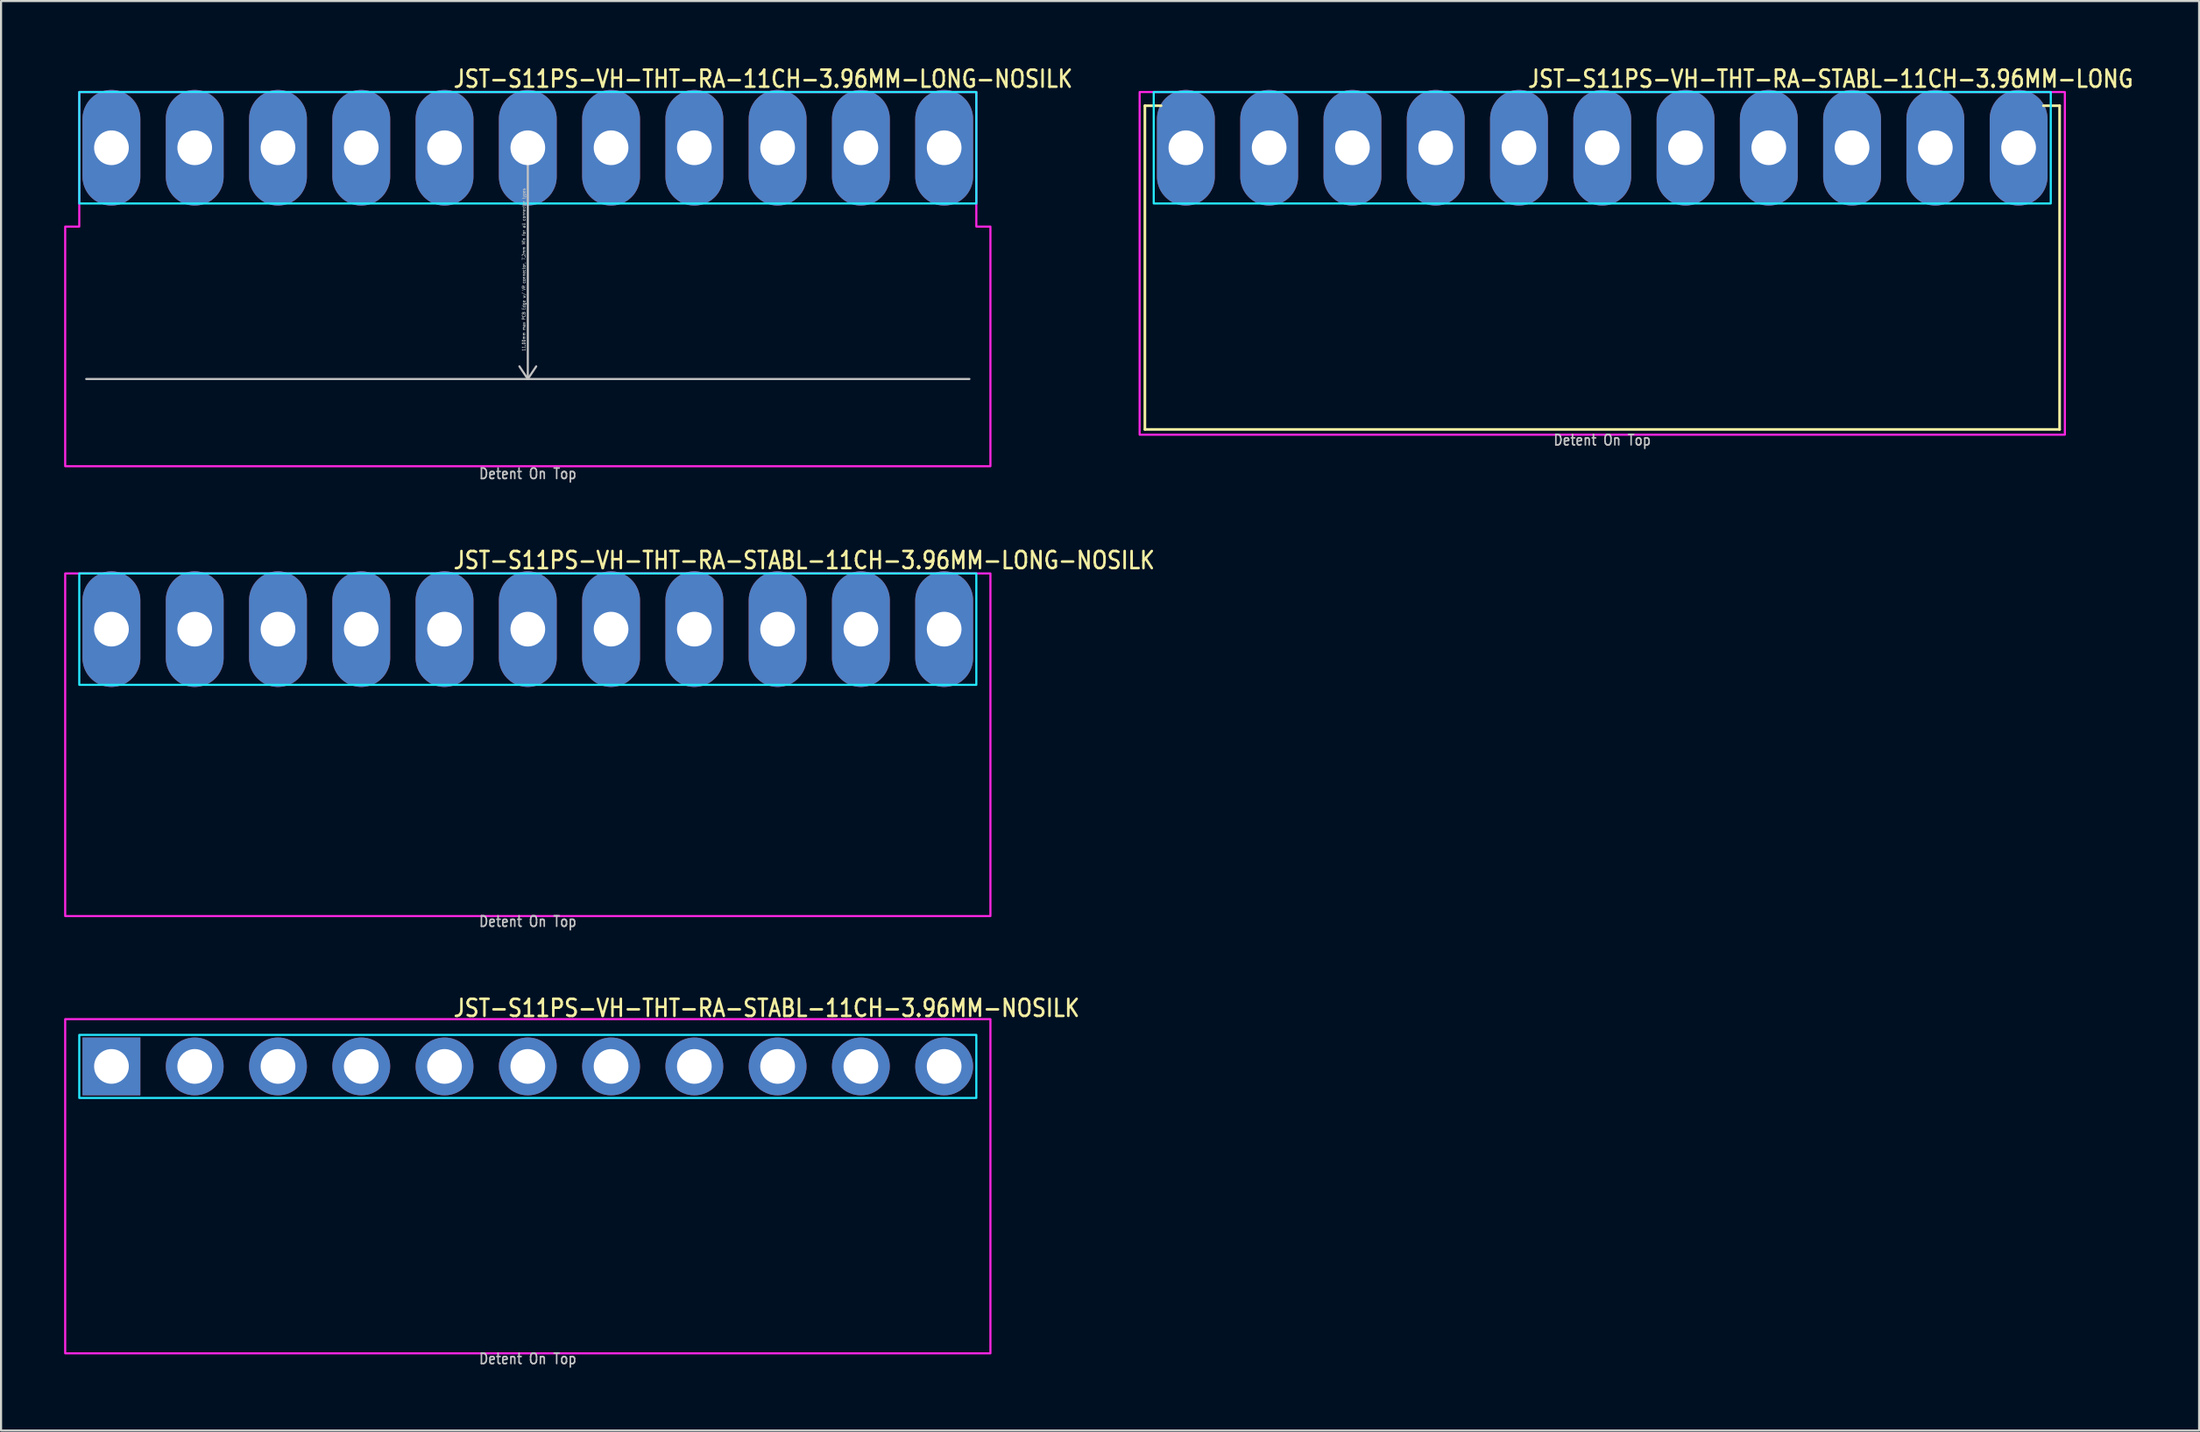
<source format=kicad_pcb>
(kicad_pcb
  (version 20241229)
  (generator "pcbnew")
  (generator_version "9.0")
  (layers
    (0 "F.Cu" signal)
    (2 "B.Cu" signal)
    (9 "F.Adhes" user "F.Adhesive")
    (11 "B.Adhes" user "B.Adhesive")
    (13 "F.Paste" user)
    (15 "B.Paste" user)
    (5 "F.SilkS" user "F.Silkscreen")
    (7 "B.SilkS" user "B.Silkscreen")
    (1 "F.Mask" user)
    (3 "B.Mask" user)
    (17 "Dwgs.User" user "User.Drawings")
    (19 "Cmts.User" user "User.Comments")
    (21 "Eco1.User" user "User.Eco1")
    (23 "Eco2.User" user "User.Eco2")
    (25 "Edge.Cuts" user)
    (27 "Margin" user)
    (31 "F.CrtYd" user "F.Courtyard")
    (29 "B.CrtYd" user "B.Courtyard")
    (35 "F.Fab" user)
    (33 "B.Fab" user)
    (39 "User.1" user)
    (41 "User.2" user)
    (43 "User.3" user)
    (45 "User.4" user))
  (footprint "JST-S11PS-VH-THT-RA-STABL-11CH-3.96MM-NOSILK"
    (layer "F.Cu")
    (at 22.05 47.682)
    (property "Reference" "JST-S11PS-VH-THT-RA-STABL-11CH-3.96MM-NOSILK" (at -3.6 -2.3 0) (unlocked yes) (layer "F.SilkS") (effects (font (size 0.813 0.695) (thickness 0.122)) (justify left bottom)))
    (fp_poly (pts (xy -21.33 -1.5) (xy -21.33 1.5) (xy 21.33 1.5) (xy 21.33 -1.5)) (stroke (width 0.1) (type solid)) (fill no) (layer "B.CrtYd"))
    (fp_poly (pts (xy -22 13.65) (xy 22 13.65) (xy 22 -2.25) (xy -22 -2.25)) (stroke (width 0.1) (type solid)) (fill no) (layer "F.CrtYd"))
    (fp_text user "Detent On Top" (at 0 14.2 0) (unlocked yes) (layer "Dwgs.User") (effects (font (size 0.5 0.427) (thickness 0.075)) (justify bottom)))
    (pad "P$1" thru_hole rect (at -19.8 0) (size 2.75 2.75) (drill 1.65) (layers "*.Cu" "*.Mask"))
    (pad "P$2" thru_hole oval (at -15.84 0) (size 2.75 2.75) (drill 1.65) (layers "*.Cu" "*.Mask"))
    (pad "P$3" thru_hole oval (at -11.88 0) (size 2.75 2.75) (drill 1.65) (layers "*.Cu" "*.Mask"))
    (pad "P$4" thru_hole oval (at -7.92 0) (size 2.75 2.75) (drill 1.65) (layers "*.Cu" "*.Mask"))
    (pad "P$5" thru_hole oval (at -3.96 0) (size 2.75 2.75) (drill 1.65) (layers "*.Cu" "*.Mask"))
    (pad "P$6" thru_hole oval (at 0 0) (size 2.75 2.75) (drill 1.65) (layers "*.Cu" "*.Mask"))
    (pad "P$7" thru_hole oval (at 3.96 0) (size 2.75 2.75) (drill 1.65) (layers "*.Cu" "*.Mask"))
    (pad "P$8" thru_hole oval (at 7.92 0) (size 2.75 2.75) (drill 1.65) (layers "*.Cu" "*.Mask"))
    (pad "P$9" thru_hole oval (at 11.88 0) (size 2.75 2.75) (drill 1.65) (layers "*.Cu" "*.Mask"))
    (pad "P$10" thru_hole oval (at 15.84 0) (size 2.75 2.75) (drill 1.65) (layers "*.Cu" "*.Mask"))
    (pad "P$11" thru_hole oval (at 19.8 0) (size 2.75 2.75) (drill 1.65) (layers "*.Cu" "*.Mask")))
  (footprint "JST-S11PS-VH-THT-RA-STABL-11CH-3.96MM-LONG-NOSILK"
    (layer "F.Cu")
    (at 22.05 26.88)
    (property "Reference" "JST-S11PS-VH-THT-RA-STABL-11CH-3.96MM-LONG-NOSILK" (at -3.6 -2.8 0) (unlocked yes) (layer "F.SilkS") (effects (font (size 0.813 0.695) (thickness 0.122)) (justify left bottom)))
    (fp_poly (pts (xy -21.33 -2.65) (xy -21.33 2.65) (xy 21.33 2.65) (xy 21.33 -2.65)) (stroke (width 0.1) (type solid)) (fill no) (layer "B.CrtYd"))
    (fp_poly (pts (xy -22 -2.65) (xy -22 13.65) (xy 22 13.65) (xy 22 -2.65)) (stroke (width 0.1) (type solid)) (fill no) (layer "F.CrtYd"))
    (fp_text user "Detent On Top" (at 0 14.2 0) (unlocked yes) (layer "Dwgs.User") (effects (font (size 0.5 0.427) (thickness 0.075)) (justify bottom)))
    (pad "P$1" thru_hole oval (at -19.8 0 90) (size 5.5 2.75) (drill 1.65) (layers "*.Cu" "*.Mask"))
    (pad "P$2" thru_hole oval (at -15.84 0 90) (size 5.5 2.75) (drill 1.65) (layers "*.Cu" "*.Mask"))
    (pad "P$3" thru_hole oval (at -11.88 0 90) (size 5.5 2.75) (drill 1.65) (layers "*.Cu" "*.Mask"))
    (pad "P$4" thru_hole oval (at -7.92 0 90) (size 5.5 2.75) (drill 1.65) (layers "*.Cu" "*.Mask"))
    (pad "P$5" thru_hole oval (at -3.96 0 90) (size 5.5 2.75) (drill 1.65) (layers "*.Cu" "*.Mask"))
    (pad "P$6" thru_hole oval (at 0 0 90) (size 5.5 2.75) (drill 1.65) (layers "*.Cu" "*.Mask"))
    (pad "P$7" thru_hole oval (at 3.96 0 90) (size 5.5 2.75) (drill 1.65) (layers "*.Cu" "*.Mask"))
    (pad "P$8" thru_hole oval (at 7.92 0 90) (size 5.5 2.75) (drill 1.65) (layers "*.Cu" "*.Mask"))
    (pad "P$9" thru_hole oval (at 11.88 0 90) (size 5.5 2.75) (drill 1.65) (layers "*.Cu" "*.Mask"))
    (pad "P$10" thru_hole oval (at 15.84 0 90) (size 5.5 2.75) (drill 1.65) (layers "*.Cu" "*.Mask"))
    (pad "P$11" thru_hole oval (at 19.8 0 90) (size 5.5 2.75) (drill 1.65) (layers "*.Cu" "*.Mask")))
  (footprint "JST-S11PS-VH-THT-RA-STABL-11CH-3.96MM-LONG"
    (layer "F.Cu")
    (at 73.146 3.979)
    (property "Reference" "JST-S11PS-VH-THT-RA-STABL-11CH-3.96MM-LONG" (at -3.6 -2.8 0) (unlocked yes) (layer "F.SilkS") (effects (font (size 0.813 0.695) (thickness 0.122)) (justify left bottom)))
    (fp_line (start -21.75 -2) (end -20.98 -2) (stroke (width 0.127) (type solid)) (layer "F.SilkS"))
    (fp_line (start -21.75 13.4) (end -21.75 -2) (stroke (width 0.127) (type solid)) (layer "F.SilkS"))
    (fp_line (start -21.75 13.4) (end 21.75 13.4) (stroke (width 0.127) (type solid)) (layer "F.SilkS"))
    (fp_line (start 21.75 -2) (end 20.98 -2) (stroke (width 0.127) (type solid)) (layer "F.SilkS"))
    (fp_line (start 21.75 -2) (end 21.75 13.4) (stroke (width 0.127) (type solid)) (layer "F.SilkS"))
    (fp_poly (pts (xy -21.33 -2.65) (xy -21.33 2.65) (xy 21.33 2.65) (xy 21.33 -2.65)) (stroke (width 0.1) (type solid)) (fill no) (layer "B.CrtYd"))
    (fp_poly (pts (xy -22 -2.65) (xy -22 13.65) (xy 22 13.65) (xy 22 -2.65)) (stroke (width 0.1) (type solid)) (fill no) (layer "F.CrtYd"))
    (fp_text user "Detent On Top" (at 0 14.2 0) (unlocked yes) (layer "Dwgs.User") (effects (font (size 0.5 0.427) (thickness 0.075)) (justify bottom)))
    (pad "P$1" thru_hole oval (at -19.8 0 90) (size 5.5 2.75) (drill 1.65) (layers "*.Cu" "*.Mask"))
    (pad "P$2" thru_hole oval (at -15.84 0 90) (size 5.5 2.75) (drill 1.65) (layers "*.Cu" "*.Mask"))
    (pad "P$3" thru_hole oval (at -11.88 0 90) (size 5.5 2.75) (drill 1.65) (layers "*.Cu" "*.Mask"))
    (pad "P$4" thru_hole oval (at -7.92 0 90) (size 5.5 2.75) (drill 1.65) (layers "*.Cu" "*.Mask"))
    (pad "P$5" thru_hole oval (at -3.96 0 90) (size 5.5 2.75) (drill 1.65) (layers "*.Cu" "*.Mask"))
    (pad "P$6" thru_hole oval (at 0 0 90) (size 5.5 2.75) (drill 1.65) (layers "*.Cu" "*.Mask"))
    (pad "P$7" thru_hole oval (at 3.96 0 90) (size 5.5 2.75) (drill 1.65) (layers "*.Cu" "*.Mask"))
    (pad "P$8" thru_hole oval (at 7.92 0 90) (size 5.5 2.75) (drill 1.65) (layers "*.Cu" "*.Mask"))
    (pad "P$9" thru_hole oval (at 11.88 0 90) (size 5.5 2.75) (drill 1.65) (layers "*.Cu" "*.Mask"))
    (pad "P$10" thru_hole oval (at 15.84 0 90) (size 5.5 2.75) (drill 1.65) (layers "*.Cu" "*.Mask"))
    (pad "P$11" thru_hole oval (at 19.8 0 90) (size 5.5 2.75) (drill 1.65) (layers "*.Cu" "*.Mask")))
  (footprint "JST-S11PS-VH-THT-RA-11CH-3.96MM-LONG-NOSILK"
    (layer "F.Cu")
    (at 22.05 3.979)
    (property "Reference" "JST-S11PS-VH-THT-RA-11CH-3.96MM-LONG-NOSILK" (at -3.6 -2.8 0) (unlocked yes) (layer "F.SilkS") (effects (font (size 0.813 0.695) (thickness 0.122)) (justify left bottom)))
    (fp_line (start -21 11) (end 21 11) (stroke (width 0.1) (type solid)) (layer "Dwgs.User"))
    (fp_line (start 0 0) (end -0.4 0.6) (stroke (width 0.1) (type solid)) (layer "Dwgs.User"))
    (fp_line (start 0 0) (end 0 11) (stroke (width 0.1) (type solid)) (layer "Dwgs.User"))
    (fp_line (start 0 0) (end 0.4 0.6) (stroke (width 0.1) (type solid)) (layer "Dwgs.User"))
    (fp_line (start 0 11) (end -0.4 10.4) (stroke (width 0.1) (type solid)) (layer "Dwgs.User"))
    (fp_line (start 0 11) (end 0.4 10.4) (stroke (width 0.1) (type solid)) (layer "Dwgs.User"))
    (fp_poly (pts (xy -21.33 -2.65) (xy -21.33 2.65) (xy 21.33 2.65) (xy 21.33 -2.65)) (stroke (width 0.1) (type solid)) (fill no) (layer "B.CrtYd"))
    (fp_poly (pts (xy -22 3.75) (xy -22 15.15) (xy 22 15.15) (xy 22 3.75) (xy 21.33 3.75) (xy 21.33 -2.65) (xy -21.33 -2.65) (xy -21.33 3.75)) (stroke (width 0.1) (type solid)) (fill no) (layer "F.CrtYd"))
    (fp_text user "11.00mm max PCB Edge w/ VR connector, 7.2mm Min for all connector types" (at -0.1 5.8 90) (unlocked yes) (layer "Dwgs.User") (effects (font (size 0.15 0.128) (thickness 0.022)) (justify bottom)))
    (fp_text user "Detent On Top" (at 0 15.8 0) (unlocked yes) (layer "Dwgs.User") (effects (font (size 0.5 0.427) (thickness 0.075)) (justify bottom)))
    (pad "P$1" thru_hole oval (at -19.8 0 90) (size 5.5 2.75) (drill 1.65) (layers "*.Cu" "*.Mask"))
    (pad "P$2" thru_hole oval (at -15.84 0 90) (size 5.5 2.75) (drill 1.65) (layers "*.Cu" "*.Mask"))
    (pad "P$3" thru_hole oval (at -11.88 0 90) (size 5.5 2.75) (drill 1.65) (layers "*.Cu" "*.Mask"))
    (pad "P$4" thru_hole oval (at -7.92 0 90) (size 5.5 2.75) (drill 1.65) (layers "*.Cu" "*.Mask"))
    (pad "P$5" thru_hole oval (at -3.96 0 90) (size 5.5 2.75) (drill 1.65) (layers "*.Cu" "*.Mask"))
    (pad "P$6" thru_hole oval (at 0 0 90) (size 5.5 2.75) (drill 1.65) (layers "*.Cu" "*.Mask"))
    (pad "P$7" thru_hole oval (at 3.96 0 90) (size 5.5 2.75) (drill 1.65) (layers "*.Cu" "*.Mask"))
    (pad "P$8" thru_hole oval (at 7.92 0 90) (size 5.5 2.75) (drill 1.65) (layers "*.Cu" "*.Mask"))
    (pad "P$9" thru_hole oval (at 11.88 0 90) (size 5.5 2.75) (drill 1.65) (layers "*.Cu" "*.Mask"))
    (pad "P$10" thru_hole oval (at 15.84 0 90) (size 5.5 2.75) (drill 1.65) (layers "*.Cu" "*.Mask"))
    (pad "P$11" thru_hole oval (at 19.8 0 90) (size 5.5 2.75) (drill 1.65) (layers "*.Cu" "*.Mask")))
  (gr_rect
    (start -3 -3)
    (end 101.53 65.005)
    (stroke (width 0.1) (type default))
    (fill no)
    (layer "Edge.Cuts")))
</source>
